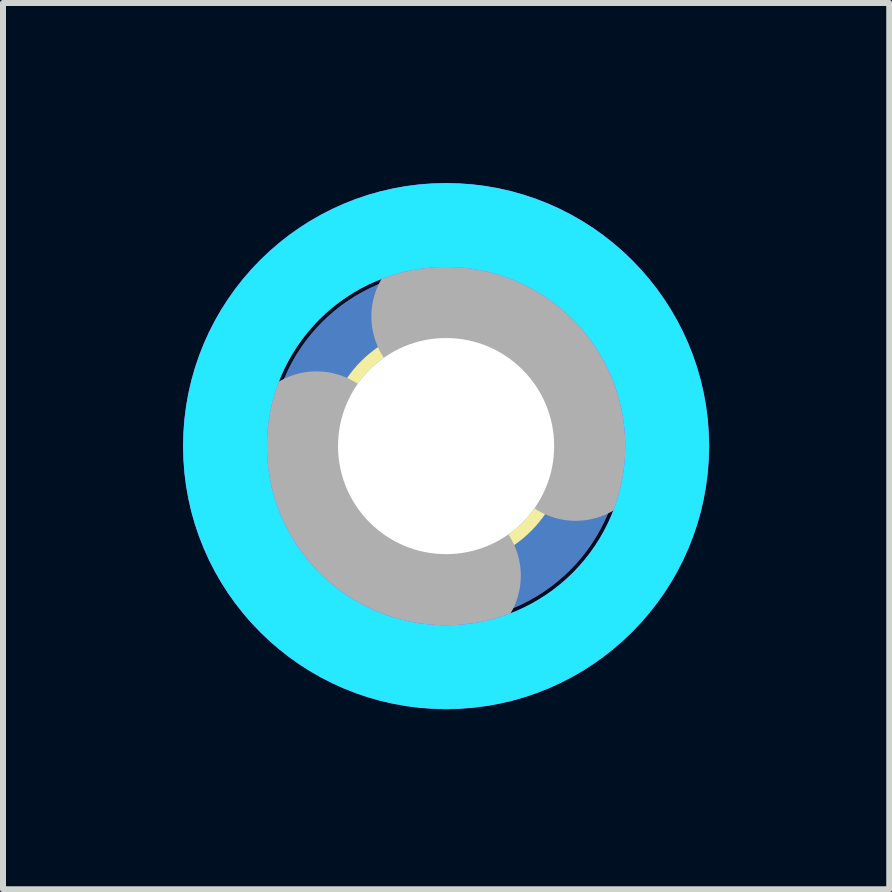
<source format=kicad_pcb>
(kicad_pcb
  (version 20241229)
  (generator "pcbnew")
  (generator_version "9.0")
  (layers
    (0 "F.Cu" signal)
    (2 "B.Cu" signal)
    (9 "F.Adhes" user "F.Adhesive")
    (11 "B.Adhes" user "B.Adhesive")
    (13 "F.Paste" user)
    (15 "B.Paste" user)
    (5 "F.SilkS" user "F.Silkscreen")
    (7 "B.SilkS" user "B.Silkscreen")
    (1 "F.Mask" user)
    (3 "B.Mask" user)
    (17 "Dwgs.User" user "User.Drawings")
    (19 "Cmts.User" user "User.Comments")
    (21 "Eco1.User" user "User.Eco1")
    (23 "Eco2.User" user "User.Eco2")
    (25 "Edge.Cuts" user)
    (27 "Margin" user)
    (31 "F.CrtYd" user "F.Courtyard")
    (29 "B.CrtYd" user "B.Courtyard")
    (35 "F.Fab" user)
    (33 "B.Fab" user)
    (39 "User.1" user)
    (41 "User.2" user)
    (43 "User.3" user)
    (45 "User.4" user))
  (footprint "footprint"
    (layer "F.Cu")
    (at 4.381 4.381)
    (property "Reference" "footprint" (at 0 0 0) (layer "F.SilkS") (effects (font (size 1.27 1.27) (thickness 0.15))))
    (fp_circle (center 0 0) (end 1.9 0) (stroke (width 0.203) (type solid)) (fill no) (layer "F.SilkS"))
    (fp_circle (center 0 0) (end 3.429 0) (stroke (width 0.152) (type solid)) (fill no) (layer "F.SilkS"))
    (fp_circle (center 0 0) (end 3.683 0) (stroke (width 1.397) (type solid)) (fill no) (layer "B.CrtYd"))
    (fp_circle (center 0 0) (end 3.683 0) (stroke (width 1.397) (type solid)) (fill no) (layer "F.CrtYd"))
    (fp_arc (start 0 -2.159) (mid 1.526644 -1.526644) (end 2.159 0) (stroke (width 2.4892) (type solid)) (layer "F.Fab"))
    (fp_arc (start 0 2.159) (mid -1.526644 1.526644) (end -2.159 0) (stroke (width 2.4892) (type solid)) (layer "F.Fab"))
    (fp_circle (center 0 0) (end 0.762 0) (stroke (width 0.457) (type solid)) (fill no) (layer "F.Fab"))
    (pad "B3,6" thru_hole circle (at 0 0) (size 5.842 5.842) (drill 3.6) (layers "*.Cu" "*.Mask"))
    (zone (net_name "") (layers "F.Cu" "B.Cu") (hatch edge 0.508) (connect_pads) (min_thickness 0.254) (filled_areas_thickness no) (keepout (tracks allowed) (vias not_allowed) (pads allowed) (copperpour allowed) (footprints allowed)) (placement (enabled no)) (fill) (polygon (pts (xy 8.445 4.381) (xy 8.384 3.676) (xy 8.2 2.992) (xy 7.901 2.349) (xy 7.495 1.769) (xy 6.994 1.268) (xy 6.413 0.862) (xy 5.771 0.563) (xy 5.087 0.379) (xy 4.381 0.318) (xy 3.676 0.379) (xy 2.992 0.563) (xy 2.349 0.862) (xy 1.769 1.268) (xy 1.268 1.769) (xy 0.862 2.349) (xy 0.563 2.992) (xy 0.379 3.676) (xy 0.318 4.381) (xy 0.379 5.087) (xy 0.563 5.771) (xy 0.862 6.413) (xy 1.268 6.994) (xy 1.769 7.495) (xy 2.349 7.901) (xy 2.992 8.2) (xy 3.676 8.384) (xy 4.381 8.445) (xy 5.087 8.384) (xy 5.771 8.2) (xy 6.413 7.901) (xy 6.994 7.495) (xy 7.495 6.994) (xy 7.901 6.413) (xy 8.2 5.771) (xy 8.384 5.087))) (polygon (pts (xy 7.429 4.381) (xy 7.383 3.852) (xy 7.246 3.339) (xy 7.021 2.857) (xy 6.716 2.422) (xy 6.341 2.047) (xy 5.905 1.742) (xy 5.424 1.517) (xy 4.911 1.38) (xy 4.381 1.333) (xy 3.852 1.38) (xy 3.339 1.517) (xy 2.857 1.742) (xy 2.422 2.047) (xy 2.047 2.422) (xy 1.742 2.857) (xy 1.517 3.339) (xy 1.38 3.852) (xy 1.333 4.381) (xy 1.38 4.911) (xy 1.517 5.424) (xy 1.742 5.905) (xy 2.047 6.341) (xy 2.422 6.716) (xy 2.857 7.021) (xy 3.339 7.246) (xy 3.852 7.383) (xy 4.381 7.429) (xy 4.911 7.383) (xy 5.424 7.246) (xy 5.905 7.021) (xy 6.341 6.716) (xy 6.716 6.341) (xy 7.021 5.905) (xy 7.246 5.424) (xy 7.383 4.911)))))
  (gr_rect
    (start -3 -3)
    (end 11.763 11.763)
    (stroke (width 0.1) (type default))
    (fill no)
    (layer "Edge.Cuts")))
</source>
